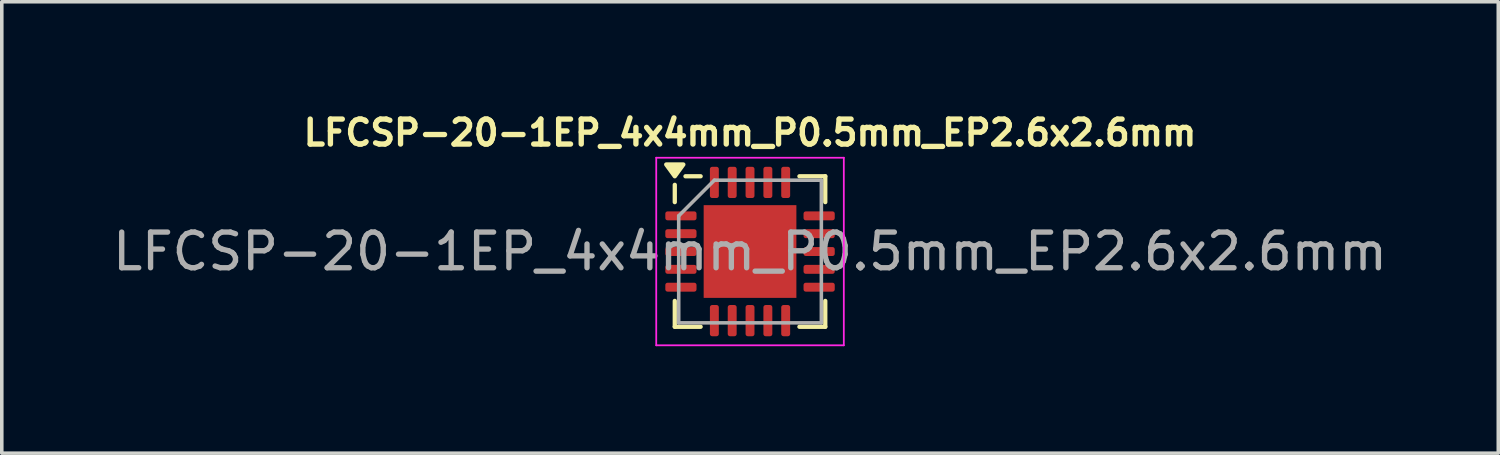
<source format=kicad_pcb>
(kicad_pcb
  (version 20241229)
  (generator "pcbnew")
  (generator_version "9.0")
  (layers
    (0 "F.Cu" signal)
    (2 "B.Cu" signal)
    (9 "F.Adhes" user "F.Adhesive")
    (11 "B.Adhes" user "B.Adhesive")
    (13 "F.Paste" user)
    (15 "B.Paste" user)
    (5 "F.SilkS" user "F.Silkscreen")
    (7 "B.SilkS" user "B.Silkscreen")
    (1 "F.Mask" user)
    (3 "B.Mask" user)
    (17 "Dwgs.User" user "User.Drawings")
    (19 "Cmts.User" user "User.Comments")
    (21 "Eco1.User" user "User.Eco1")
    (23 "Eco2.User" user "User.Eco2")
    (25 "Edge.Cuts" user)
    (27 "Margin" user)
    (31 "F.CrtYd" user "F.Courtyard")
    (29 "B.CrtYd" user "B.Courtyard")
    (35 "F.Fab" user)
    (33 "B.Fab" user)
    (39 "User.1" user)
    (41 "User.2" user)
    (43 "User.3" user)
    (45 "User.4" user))
  (footprint "LFCSP-20-1EP_4x4mm_P0.5mm_EP2.6x2.6mm"
    (layer "F.Cu")
    (at 17.982 4.003)
    (property "Reference" "LFCSP-20-1EP_4x4mm_P0.5mm_EP2.6x2.6mm" (at 0 -3.33 0) (layer "F.SilkS") (effects (font (size 0.7 0.7) (thickness 0.15))))
    (attr smd)
    (fp_line (start -2.11 -1.385) (end -2.11 -1.87) (stroke (width 0.12) (type solid)) (layer "F.SilkS"))
    (fp_line (start -2.11 2.11) (end -2.11 1.385) (stroke (width 0.12) (type solid)) (layer "F.SilkS"))
    (fp_line (start -1.385 -2.11) (end -1.81 -2.11) (stroke (width 0.12) (type solid)) (layer "F.SilkS"))
    (fp_line (start -1.385 2.11) (end -2.11 2.11) (stroke (width 0.12) (type solid)) (layer "F.SilkS"))
    (fp_line (start 1.385 -2.11) (end 2.11 -2.11) (stroke (width 0.12) (type solid)) (layer "F.SilkS"))
    (fp_line (start 1.385 2.11) (end 2.11 2.11) (stroke (width 0.12) (type solid)) (layer "F.SilkS"))
    (fp_line (start 2.11 -2.11) (end 2.11 -1.385) (stroke (width 0.12) (type solid)) (layer "F.SilkS"))
    (fp_line (start 2.11 2.11) (end 2.11 1.385) (stroke (width 0.12) (type solid)) (layer "F.SilkS"))
    (fp_poly (pts (xy -2.11 -2.11) (xy -2.35 -2.44) (xy -1.87 -2.44) (xy -2.11 -2.11)) (stroke (width 0.12) (type solid)) (fill yes) (layer "F.SilkS"))
    (fp_line (start -2.63 -2.63) (end -2.63 2.63) (stroke (width 0.05) (type solid)) (layer "F.CrtYd"))
    (fp_line (start -2.63 2.63) (end 2.63 2.63) (stroke (width 0.05) (type solid)) (layer "F.CrtYd"))
    (fp_line (start 2.63 -2.63) (end -2.63 -2.63) (stroke (width 0.05) (type solid)) (layer "F.CrtYd"))
    (fp_line (start 2.63 2.63) (end 2.63 -2.63) (stroke (width 0.05) (type solid)) (layer "F.CrtYd"))
    (fp_line (start -2 -1) (end -1 -2) (stroke (width 0.1) (type solid)) (layer "F.Fab"))
    (fp_line (start -2 2) (end -2 -1) (stroke (width 0.1) (type solid)) (layer "F.Fab"))
    (fp_line (start -1 -2) (end 2 -2) (stroke (width 0.1) (type solid)) (layer "F.Fab"))
    (fp_line (start 2 -2) (end 2 2) (stroke (width 0.1) (type solid)) (layer "F.Fab"))
    (fp_line (start 2 2) (end -2 2) (stroke (width 0.1) (type solid)) (layer "F.Fab"))
    (fp_text user "${REFERENCE}" (at 0 0 0) (layer "F.Fab") (effects (font (size 1 1) (thickness 0.15))))
    (pad "" smd roundrect (at -0.65 -0.65) (size 1.05 1.05) (layers "F.Paste") (roundrect_rratio 0.238))
    (pad "" smd roundrect (at -0.65 0.65) (size 1.05 1.05) (layers "F.Paste") (roundrect_rratio 0.238))
    (pad "" smd roundrect (at 0.65 -0.65) (size 1.05 1.05) (layers "F.Paste") (roundrect_rratio 0.238))
    (pad "" smd roundrect (at 0.65 0.65) (size 1.05 1.05) (layers "F.Paste") (roundrect_rratio 0.238))
    (pad "1" smd roundrect (at -1.938 -1) (size 0.875 0.25) (layers "F.Cu" "F.Mask" "F.Paste") (roundrect_rratio 0.25))
    (pad "2" smd roundrect (at -1.938 -0.5) (size 0.875 0.25) (layers "F.Cu" "F.Mask" "F.Paste") (roundrect_rratio 0.25))
    (pad "3" smd roundrect (at -1.938 0) (size 0.875 0.25) (layers "F.Cu" "F.Mask" "F.Paste") (roundrect_rratio 0.25))
    (pad "4" smd roundrect (at -1.938 0.5) (size 0.875 0.25) (layers "F.Cu" "F.Mask" "F.Paste") (roundrect_rratio 0.25))
    (pad "5" smd roundrect (at -1.938 1) (size 0.875 0.25) (layers "F.Cu" "F.Mask" "F.Paste") (roundrect_rratio 0.25))
    (pad "6" smd roundrect (at -1 1.938) (size 0.25 0.875) (layers "F.Cu" "F.Mask" "F.Paste") (roundrect_rratio 0.25))
    (pad "7" smd roundrect (at -0.5 1.938) (size 0.25 0.875) (layers "F.Cu" "F.Mask" "F.Paste") (roundrect_rratio 0.25))
    (pad "8" smd roundrect (at 0 1.938) (size 0.25 0.875) (layers "F.Cu" "F.Mask" "F.Paste") (roundrect_rratio 0.25))
    (pad "9" smd roundrect (at 0.5 1.938) (size 0.25 0.875) (layers "F.Cu" "F.Mask" "F.Paste") (roundrect_rratio 0.25))
    (pad "10" smd roundrect (at 1 1.938) (size 0.25 0.875) (layers "F.Cu" "F.Mask" "F.Paste") (roundrect_rratio 0.25))
    (pad "11" smd roundrect (at 1.938 1) (size 0.875 0.25) (layers "F.Cu" "F.Mask" "F.Paste") (roundrect_rratio 0.25))
    (pad "12" smd roundrect (at 1.938 0.5) (size 0.875 0.25) (layers "F.Cu" "F.Mask" "F.Paste") (roundrect_rratio 0.25))
    (pad "13" smd roundrect (at 1.938 0) (size 0.875 0.25) (layers "F.Cu" "F.Mask" "F.Paste") (roundrect_rratio 0.25))
    (pad "14" smd roundrect (at 1.938 -0.5) (size 0.875 0.25) (layers "F.Cu" "F.Mask" "F.Paste") (roundrect_rratio 0.25))
    (pad "15" smd roundrect (at 1.938 -1) (size 0.875 0.25) (layers "F.Cu" "F.Mask" "F.Paste") (roundrect_rratio 0.25))
    (pad "16" smd roundrect (at 1 -1.938) (size 0.25 0.875) (layers "F.Cu" "F.Mask" "F.Paste") (roundrect_rratio 0.25))
    (pad "17" smd roundrect (at 0.5 -1.938) (size 0.25 0.875) (layers "F.Cu" "F.Mask" "F.Paste") (roundrect_rratio 0.25))
    (pad "18" smd roundrect (at 0 -1.938) (size 0.25 0.875) (layers "F.Cu" "F.Mask" "F.Paste") (roundrect_rratio 0.25))
    (pad "19" smd roundrect (at -0.5 -1.938) (size 0.25 0.875) (layers "F.Cu" "F.Mask" "F.Paste") (roundrect_rratio 0.25))
    (pad "20" smd roundrect (at -1 -1.938) (size 0.25 0.875) (layers "F.Cu" "F.Mask" "F.Paste") (roundrect_rratio 0.25))
    (pad "21" smd rect (at 0 0) (size 2.6 2.6) (property pad_prop_heatsink) (layers "F.Cu" "F.Mask")))
  (gr_rect
    (start -3 -3)
    (end 38.964 9.658)
    (stroke (width 0.1) (type default))
    (fill no)
    (layer "Edge.Cuts")))
</source>
